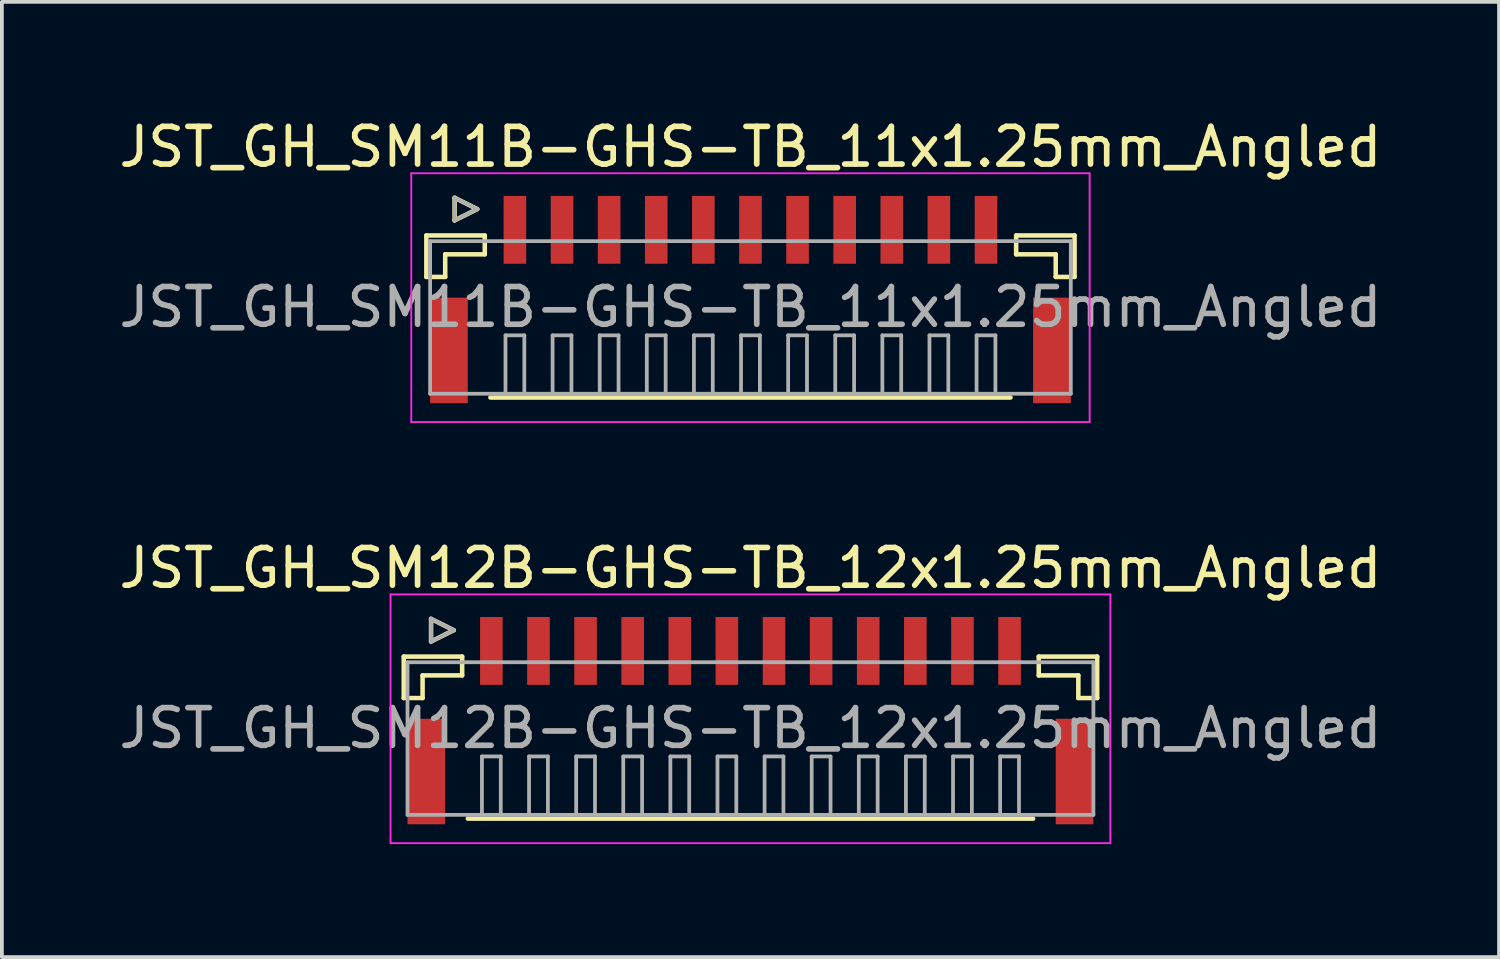
<source format=kicad_pcb>
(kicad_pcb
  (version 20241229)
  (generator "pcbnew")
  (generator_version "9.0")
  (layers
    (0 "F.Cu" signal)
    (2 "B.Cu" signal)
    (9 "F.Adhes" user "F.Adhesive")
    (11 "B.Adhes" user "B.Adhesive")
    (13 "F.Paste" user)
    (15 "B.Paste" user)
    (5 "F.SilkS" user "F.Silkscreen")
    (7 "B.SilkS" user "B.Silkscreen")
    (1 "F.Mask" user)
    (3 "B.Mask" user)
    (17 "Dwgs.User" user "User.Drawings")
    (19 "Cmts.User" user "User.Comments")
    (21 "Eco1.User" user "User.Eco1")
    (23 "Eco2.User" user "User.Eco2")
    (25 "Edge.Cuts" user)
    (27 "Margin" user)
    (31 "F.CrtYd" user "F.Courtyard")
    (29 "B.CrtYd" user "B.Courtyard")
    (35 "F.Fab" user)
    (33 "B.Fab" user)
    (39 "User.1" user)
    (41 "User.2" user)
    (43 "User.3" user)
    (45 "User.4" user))
  (footprint "JST_GH_SM11B-GHS-TB_11x1.25mm_Angled"
    (layer "F.Cu")
    (at 16.863 4.648)
    (property "Reference" "JST_GH_SM11B-GHS-TB_11x1.25mm_Angled" (at 0 -3.8 0) (layer "F.SilkS") (effects (font (size 1 1) (thickness 0.15))))
    (attr smd)
    (fp_line (start -8.6 -1.45) (end -7.05 -1.45) (stroke (width 0.12) (type solid)) (layer "F.SilkS"))
    (fp_line (start -8.6 -0.35) (end -8.6 -1.45) (stroke (width 0.12) (type solid)) (layer "F.SilkS"))
    (fp_line (start -8.1 -0.95) (end -8.1 -0.35) (stroke (width 0.12) (type solid)) (layer "F.SilkS"))
    (fp_line (start -8.1 -0.35) (end -8.6 -0.35) (stroke (width 0.12) (type solid)) (layer "F.SilkS"))
    (fp_line (start -7.85 -2.45) (end -7.85 -1.85) (stroke (width 0.12) (type solid)) (layer "F.SilkS"))
    (fp_line (start -7.85 -1.85) (end -7.25 -2.15) (stroke (width 0.12) (type solid)) (layer "F.SilkS"))
    (fp_line (start -7.25 -2.15) (end -7.85 -2.45) (stroke (width 0.12) (type solid)) (layer "F.SilkS"))
    (fp_line (start -7.05 -1.45) (end -7.05 -0.95) (stroke (width 0.12) (type solid)) (layer "F.SilkS"))
    (fp_line (start -7.05 -0.95) (end -8.1 -0.95) (stroke (width 0.12) (type solid)) (layer "F.SilkS"))
    (fp_line (start -6.9 2.85) (end 6.9 2.85) (stroke (width 0.12) (type solid)) (layer "F.SilkS"))
    (fp_line (start 7.05 -1.45) (end 7.05 -0.95) (stroke (width 0.12) (type solid)) (layer "F.SilkS"))
    (fp_line (start 7.05 -0.95) (end 8.1 -0.95) (stroke (width 0.12) (type solid)) (layer "F.SilkS"))
    (fp_line (start 8.1 -0.95) (end 8.1 -0.35) (stroke (width 0.12) (type solid)) (layer "F.SilkS"))
    (fp_line (start 8.1 -0.35) (end 8.6 -0.35) (stroke (width 0.12) (type solid)) (layer "F.SilkS"))
    (fp_line (start 8.6 -1.45) (end 7.05 -1.45) (stroke (width 0.12) (type solid)) (layer "F.SilkS"))
    (fp_line (start 8.6 -0.35) (end 8.6 -1.45) (stroke (width 0.12) (type solid)) (layer "F.SilkS"))
    (fp_line (start -9 -3.1) (end -9 3.5) (stroke (width 0.05) (type solid)) (layer "F.CrtYd"))
    (fp_line (start -9 3.5) (end 9 3.5) (stroke (width 0.05) (type solid)) (layer "F.CrtYd"))
    (fp_line (start 9 -3.1) (end -9 -3.1) (stroke (width 0.05) (type solid)) (layer "F.CrtYd"))
    (fp_line (start 9 3.5) (end 9 -3.1) (stroke (width 0.05) (type solid)) (layer "F.CrtYd"))
    (fp_line (start -8.5 -1.3) (end -8.5 2.75) (stroke (width 0.1) (type solid)) (layer "F.Fab"))
    (fp_line (start -8.5 2.75) (end 8.5 2.75) (stroke (width 0.1) (type solid)) (layer "F.Fab"))
    (fp_line (start -7.85 -2.45) (end -7.85 -1.85) (stroke (width 0.1) (type solid)) (layer "F.Fab"))
    (fp_line (start -7.85 -1.85) (end -7.25 -2.15) (stroke (width 0.1) (type solid)) (layer "F.Fab"))
    (fp_line (start -7.25 -2.15) (end -7.85 -2.45) (stroke (width 0.1) (type solid)) (layer "F.Fab"))
    (fp_line (start -6.5 1.2) (end -6 1.2) (stroke (width 0.1) (type solid)) (layer "F.Fab"))
    (fp_line (start -6.5 2.7) (end -6.5 1.2) (stroke (width 0.1) (type solid)) (layer "F.Fab"))
    (fp_line (start -6 1.2) (end -6 2.7) (stroke (width 0.1) (type solid)) (layer "F.Fab"))
    (fp_line (start -5.25 1.2) (end -4.75 1.2) (stroke (width 0.1) (type solid)) (layer "F.Fab"))
    (fp_line (start -5.25 2.7) (end -5.25 1.2) (stroke (width 0.1) (type solid)) (layer "F.Fab"))
    (fp_line (start -4.75 1.2) (end -4.75 2.7) (stroke (width 0.1) (type solid)) (layer "F.Fab"))
    (fp_line (start -4 1.2) (end -3.5 1.2) (stroke (width 0.1) (type solid)) (layer "F.Fab"))
    (fp_line (start -4 2.7) (end -4 1.2) (stroke (width 0.1) (type solid)) (layer "F.Fab"))
    (fp_line (start -3.5 1.2) (end -3.5 2.7) (stroke (width 0.1) (type solid)) (layer "F.Fab"))
    (fp_line (start -2.75 1.2) (end -2.25 1.2) (stroke (width 0.1) (type solid)) (layer "F.Fab"))
    (fp_line (start -2.75 2.7) (end -2.75 1.2) (stroke (width 0.1) (type solid)) (layer "F.Fab"))
    (fp_line (start -2.25 1.2) (end -2.25 2.7) (stroke (width 0.1) (type solid)) (layer "F.Fab"))
    (fp_line (start -1.5 1.2) (end -1 1.2) (stroke (width 0.1) (type solid)) (layer "F.Fab"))
    (fp_line (start -1.5 2.7) (end -1.5 1.2) (stroke (width 0.1) (type solid)) (layer "F.Fab"))
    (fp_line (start -1 1.2) (end -1 2.7) (stroke (width 0.1) (type solid)) (layer "F.Fab"))
    (fp_line (start -0.25 1.2) (end 0.25 1.2) (stroke (width 0.1) (type solid)) (layer "F.Fab"))
    (fp_line (start -0.25 2.7) (end -0.25 1.2) (stroke (width 0.1) (type solid)) (layer "F.Fab"))
    (fp_line (start 0.25 1.2) (end 0.25 2.7) (stroke (width 0.1) (type solid)) (layer "F.Fab"))
    (fp_line (start 1 1.2) (end 1.5 1.2) (stroke (width 0.1) (type solid)) (layer "F.Fab"))
    (fp_line (start 1 2.7) (end 1 1.2) (stroke (width 0.1) (type solid)) (layer "F.Fab"))
    (fp_line (start 1.5 1.2) (end 1.5 2.7) (stroke (width 0.1) (type solid)) (layer "F.Fab"))
    (fp_line (start 2.25 1.2) (end 2.75 1.2) (stroke (width 0.1) (type solid)) (layer "F.Fab"))
    (fp_line (start 2.25 2.7) (end 2.25 1.2) (stroke (width 0.1) (type solid)) (layer "F.Fab"))
    (fp_line (start 2.75 1.2) (end 2.75 2.7) (stroke (width 0.1) (type solid)) (layer "F.Fab"))
    (fp_line (start 3.5 1.2) (end 4 1.2) (stroke (width 0.1) (type solid)) (layer "F.Fab"))
    (fp_line (start 3.5 2.7) (end 3.5 1.2) (stroke (width 0.1) (type solid)) (layer "F.Fab"))
    (fp_line (start 4 1.2) (end 4 2.7) (stroke (width 0.1) (type solid)) (layer "F.Fab"))
    (fp_line (start 4.75 1.2) (end 5.25 1.2) (stroke (width 0.1) (type solid)) (layer "F.Fab"))
    (fp_line (start 4.75 2.7) (end 4.75 1.2) (stroke (width 0.1) (type solid)) (layer "F.Fab"))
    (fp_line (start 5.25 1.2) (end 5.25 2.7) (stroke (width 0.1) (type solid)) (layer "F.Fab"))
    (fp_line (start 6 1.2) (end 6.5 1.2) (stroke (width 0.1) (type solid)) (layer "F.Fab"))
    (fp_line (start 6 2.7) (end 6 1.2) (stroke (width 0.1) (type solid)) (layer "F.Fab"))
    (fp_line (start 6.5 1.2) (end 6.5 2.7) (stroke (width 0.1) (type solid)) (layer "F.Fab"))
    (fp_line (start 8.5 -1.3) (end -8.5 -1.3) (stroke (width 0.1) (type solid)) (layer "F.Fab"))
    (fp_line (start 8.5 2.75) (end 8.5 -1.3) (stroke (width 0.1) (type solid)) (layer "F.Fab"))
    (fp_text user "${REFERENCE}" (at 0 0.45 0) (layer "F.Fab") (effects (font (size 1 1) (thickness 0.15))))
    (pad "" smd rect (at -8 1.6) (size 1 2.8) (layers "F.Cu" "F.Mask" "F.Paste"))
    (pad "" smd rect (at 8 1.6) (size 1 2.8) (layers "F.Cu" "F.Mask" "F.Paste"))
    (pad "1" smd rect (at -6.25 -1.6) (size 0.6 1.8) (layers "F.Cu" "F.Mask" "F.Paste"))
    (pad "2" smd rect (at -5 -1.6) (size 0.6 1.8) (layers "F.Cu" "F.Mask" "F.Paste"))
    (pad "3" smd rect (at -3.75 -1.6) (size 0.6 1.8) (layers "F.Cu" "F.Mask" "F.Paste"))
    (pad "4" smd rect (at -2.5 -1.6) (size 0.6 1.8) (layers "F.Cu" "F.Mask" "F.Paste"))
    (pad "5" smd rect (at -1.25 -1.6) (size 0.6 1.8) (layers "F.Cu" "F.Mask" "F.Paste"))
    (pad "6" smd rect (at 0 -1.6) (size 0.6 1.8) (layers "F.Cu" "F.Mask" "F.Paste"))
    (pad "7" smd rect (at 1.25 -1.6) (size 0.6 1.8) (layers "F.Cu" "F.Mask" "F.Paste"))
    (pad "8" smd rect (at 2.5 -1.6) (size 0.6 1.8) (layers "F.Cu" "F.Mask" "F.Paste"))
    (pad "9" smd rect (at 3.75 -1.6) (size 0.6 1.8) (layers "F.Cu" "F.Mask" "F.Paste"))
    (pad "10" smd rect (at 5 -1.6) (size 0.6 1.8) (layers "F.Cu" "F.Mask" "F.Paste"))
    (pad "11" smd rect (at 6.25 -1.6) (size 0.6 1.8) (layers "F.Cu" "F.Mask" "F.Paste")))
  (footprint "JST_GH_SM12B-GHS-TB_12x1.25mm_Angled"
    (layer "F.Cu")
    (at 16.863 15.822)
    (property "Reference" "JST_GH_SM12B-GHS-TB_12x1.25mm_Angled" (at 0 -3.8 0) (layer "F.SilkS") (effects (font (size 1 1) (thickness 0.15))))
    (attr smd)
    (fp_line (start -9.2 -1.45) (end -7.65 -1.45) (stroke (width 0.12) (type solid)) (layer "F.SilkS"))
    (fp_line (start -9.2 -0.35) (end -9.2 -1.45) (stroke (width 0.12) (type solid)) (layer "F.SilkS"))
    (fp_line (start -8.7 -0.95) (end -8.7 -0.35) (stroke (width 0.12) (type solid)) (layer "F.SilkS"))
    (fp_line (start -8.7 -0.35) (end -9.2 -0.35) (stroke (width 0.12) (type solid)) (layer "F.SilkS"))
    (fp_line (start -8.475 -2.45) (end -8.475 -1.85) (stroke (width 0.12) (type solid)) (layer "F.SilkS"))
    (fp_line (start -8.475 -1.85) (end -7.875 -2.15) (stroke (width 0.12) (type solid)) (layer "F.SilkS"))
    (fp_line (start -7.875 -2.15) (end -8.475 -2.45) (stroke (width 0.12) (type solid)) (layer "F.SilkS"))
    (fp_line (start -7.65 -1.45) (end -7.65 -0.95) (stroke (width 0.12) (type solid)) (layer "F.SilkS"))
    (fp_line (start -7.65 -0.95) (end -8.7 -0.95) (stroke (width 0.12) (type solid)) (layer "F.SilkS"))
    (fp_line (start -7.5 2.85) (end 7.5 2.85) (stroke (width 0.12) (type solid)) (layer "F.SilkS"))
    (fp_line (start 7.65 -1.45) (end 7.65 -0.95) (stroke (width 0.12) (type solid)) (layer "F.SilkS"))
    (fp_line (start 7.65 -0.95) (end 8.7 -0.95) (stroke (width 0.12) (type solid)) (layer "F.SilkS"))
    (fp_line (start 8.7 -0.95) (end 8.7 -0.35) (stroke (width 0.12) (type solid)) (layer "F.SilkS"))
    (fp_line (start 8.7 -0.35) (end 9.2 -0.35) (stroke (width 0.12) (type solid)) (layer "F.SilkS"))
    (fp_line (start 9.2 -1.45) (end 7.65 -1.45) (stroke (width 0.12) (type solid)) (layer "F.SilkS"))
    (fp_line (start 9.2 -0.35) (end 9.2 -1.45) (stroke (width 0.12) (type solid)) (layer "F.SilkS"))
    (fp_line (start -9.55 -3.1) (end -9.55 3.5) (stroke (width 0.05) (type solid)) (layer "F.CrtYd"))
    (fp_line (start -9.55 3.5) (end 9.55 3.5) (stroke (width 0.05) (type solid)) (layer "F.CrtYd"))
    (fp_line (start 9.55 -3.1) (end -9.55 -3.1) (stroke (width 0.05) (type solid)) (layer "F.CrtYd"))
    (fp_line (start 9.55 3.5) (end 9.55 -3.1) (stroke (width 0.05) (type solid)) (layer "F.CrtYd"))
    (fp_line (start -9.1 -1.3) (end -9.1 2.75) (stroke (width 0.1) (type solid)) (layer "F.Fab"))
    (fp_line (start -9.1 2.75) (end 9.1 2.75) (stroke (width 0.1) (type solid)) (layer "F.Fab"))
    (fp_line (start -8.475 -2.45) (end -8.475 -1.85) (stroke (width 0.1) (type solid)) (layer "F.Fab"))
    (fp_line (start -8.475 -1.85) (end -7.875 -2.15) (stroke (width 0.1) (type solid)) (layer "F.Fab"))
    (fp_line (start -7.875 -2.15) (end -8.475 -2.45) (stroke (width 0.1) (type solid)) (layer "F.Fab"))
    (fp_line (start -7.125 1.2) (end -6.625 1.2) (stroke (width 0.1) (type solid)) (layer "F.Fab"))
    (fp_line (start -7.125 2.7) (end -7.125 1.2) (stroke (width 0.1) (type solid)) (layer "F.Fab"))
    (fp_line (start -6.625 1.2) (end -6.625 2.7) (stroke (width 0.1) (type solid)) (layer "F.Fab"))
    (fp_line (start -5.875 1.2) (end -5.375 1.2) (stroke (width 0.1) (type solid)) (layer "F.Fab"))
    (fp_line (start -5.875 2.7) (end -5.875 1.2) (stroke (width 0.1) (type solid)) (layer "F.Fab"))
    (fp_line (start -5.375 1.2) (end -5.375 2.7) (stroke (width 0.1) (type solid)) (layer "F.Fab"))
    (fp_line (start -4.625 1.2) (end -4.125 1.2) (stroke (width 0.1) (type solid)) (layer "F.Fab"))
    (fp_line (start -4.625 2.7) (end -4.625 1.2) (stroke (width 0.1) (type solid)) (layer "F.Fab"))
    (fp_line (start -4.125 1.2) (end -4.125 2.7) (stroke (width 0.1) (type solid)) (layer "F.Fab"))
    (fp_line (start -3.375 1.2) (end -2.875 1.2) (stroke (width 0.1) (type solid)) (layer "F.Fab"))
    (fp_line (start -3.375 2.7) (end -3.375 1.2) (stroke (width 0.1) (type solid)) (layer "F.Fab"))
    (fp_line (start -2.875 1.2) (end -2.875 2.7) (stroke (width 0.1) (type solid)) (layer "F.Fab"))
    (fp_line (start -2.125 1.2) (end -1.625 1.2) (stroke (width 0.1) (type solid)) (layer "F.Fab"))
    (fp_line (start -2.125 2.7) (end -2.125 1.2) (stroke (width 0.1) (type solid)) (layer "F.Fab"))
    (fp_line (start -1.625 1.2) (end -1.625 2.7) (stroke (width 0.1) (type solid)) (layer "F.Fab"))
    (fp_line (start -0.875 1.2) (end -0.375 1.2) (stroke (width 0.1) (type solid)) (layer "F.Fab"))
    (fp_line (start -0.875 2.7) (end -0.875 1.2) (stroke (width 0.1) (type solid)) (layer "F.Fab"))
    (fp_line (start -0.375 1.2) (end -0.375 2.7) (stroke (width 0.1) (type solid)) (layer "F.Fab"))
    (fp_line (start 0.375 1.2) (end 0.875 1.2) (stroke (width 0.1) (type solid)) (layer "F.Fab"))
    (fp_line (start 0.375 2.7) (end 0.375 1.2) (stroke (width 0.1) (type solid)) (layer "F.Fab"))
    (fp_line (start 0.875 1.2) (end 0.875 2.7) (stroke (width 0.1) (type solid)) (layer "F.Fab"))
    (fp_line (start 1.625 1.2) (end 2.125 1.2) (stroke (width 0.1) (type solid)) (layer "F.Fab"))
    (fp_line (start 1.625 2.7) (end 1.625 1.2) (stroke (width 0.1) (type solid)) (layer "F.Fab"))
    (fp_line (start 2.125 1.2) (end 2.125 2.7) (stroke (width 0.1) (type solid)) (layer "F.Fab"))
    (fp_line (start 2.875 1.2) (end 3.375 1.2) (stroke (width 0.1) (type solid)) (layer "F.Fab"))
    (fp_line (start 2.875 2.7) (end 2.875 1.2) (stroke (width 0.1) (type solid)) (layer "F.Fab"))
    (fp_line (start 3.375 1.2) (end 3.375 2.7) (stroke (width 0.1) (type solid)) (layer "F.Fab"))
    (fp_line (start 4.125 1.2) (end 4.625 1.2) (stroke (width 0.1) (type solid)) (layer "F.Fab"))
    (fp_line (start 4.125 2.7) (end 4.125 1.2) (stroke (width 0.1) (type solid)) (layer "F.Fab"))
    (fp_line (start 4.625 1.2) (end 4.625 2.7) (stroke (width 0.1) (type solid)) (layer "F.Fab"))
    (fp_line (start 5.375 1.2) (end 5.875 1.2) (stroke (width 0.1) (type solid)) (layer "F.Fab"))
    (fp_line (start 5.375 2.7) (end 5.375 1.2) (stroke (width 0.1) (type solid)) (layer "F.Fab"))
    (fp_line (start 5.875 1.2) (end 5.875 2.7) (stroke (width 0.1) (type solid)) (layer "F.Fab"))
    (fp_line (start 6.625 1.2) (end 7.125 1.2) (stroke (width 0.1) (type solid)) (layer "F.Fab"))
    (fp_line (start 6.625 2.7) (end 6.625 1.2) (stroke (width 0.1) (type solid)) (layer "F.Fab"))
    (fp_line (start 7.125 1.2) (end 7.125 2.7) (stroke (width 0.1) (type solid)) (layer "F.Fab"))
    (fp_line (start 9.1 -1.3) (end -9.1 -1.3) (stroke (width 0.1) (type solid)) (layer "F.Fab"))
    (fp_line (start 9.1 2.75) (end 9.1 -1.3) (stroke (width 0.1) (type solid)) (layer "F.Fab"))
    (fp_text user "${REFERENCE}" (at 0 0.45 0) (layer "F.Fab") (effects (font (size 1 1) (thickness 0.15))))
    (pad "" smd rect (at -8.6 1.6) (size 1 2.8) (layers "F.Cu" "F.Mask" "F.Paste"))
    (pad "" smd rect (at 8.6 1.6) (size 1 2.8) (layers "F.Cu" "F.Mask" "F.Paste"))
    (pad "1" smd rect (at -6.875 -1.6) (size 0.6 1.8) (layers "F.Cu" "F.Mask" "F.Paste"))
    (pad "2" smd rect (at -5.625 -1.6) (size 0.6 1.8) (layers "F.Cu" "F.Mask" "F.Paste"))
    (pad "3" smd rect (at -4.375 -1.6) (size 0.6 1.8) (layers "F.Cu" "F.Mask" "F.Paste"))
    (pad "4" smd rect (at -3.125 -1.6) (size 0.6 1.8) (layers "F.Cu" "F.Mask" "F.Paste"))
    (pad "5" smd rect (at -1.875 -1.6) (size 0.6 1.8) (layers "F.Cu" "F.Mask" "F.Paste"))
    (pad "6" smd rect (at -0.625 -1.6) (size 0.6 1.8) (layers "F.Cu" "F.Mask" "F.Paste"))
    (pad "7" smd rect (at 0.625 -1.6) (size 0.6 1.8) (layers "F.Cu" "F.Mask" "F.Paste"))
    (pad "8" smd rect (at 1.875 -1.6) (size 0.6 1.8) (layers "F.Cu" "F.Mask" "F.Paste"))
    (pad "9" smd rect (at 3.125 -1.6) (size 0.6 1.8) (layers "F.Cu" "F.Mask" "F.Paste"))
    (pad "10" smd rect (at 4.375 -1.6) (size 0.6 1.8) (layers "F.Cu" "F.Mask" "F.Paste"))
    (pad "11" smd rect (at 5.625 -1.6) (size 0.6 1.8) (layers "F.Cu" "F.Mask" "F.Paste"))
    (pad "12" smd rect (at 6.875 -1.6) (size 0.6 1.8) (layers "F.Cu" "F.Mask" "F.Paste")))
  (gr_rect
    (start -3 -3)
    (end 36.726 22.346)
    (stroke (width 0.1) (type default))
    (fill no)
    (layer "Edge.Cuts")))
</source>
